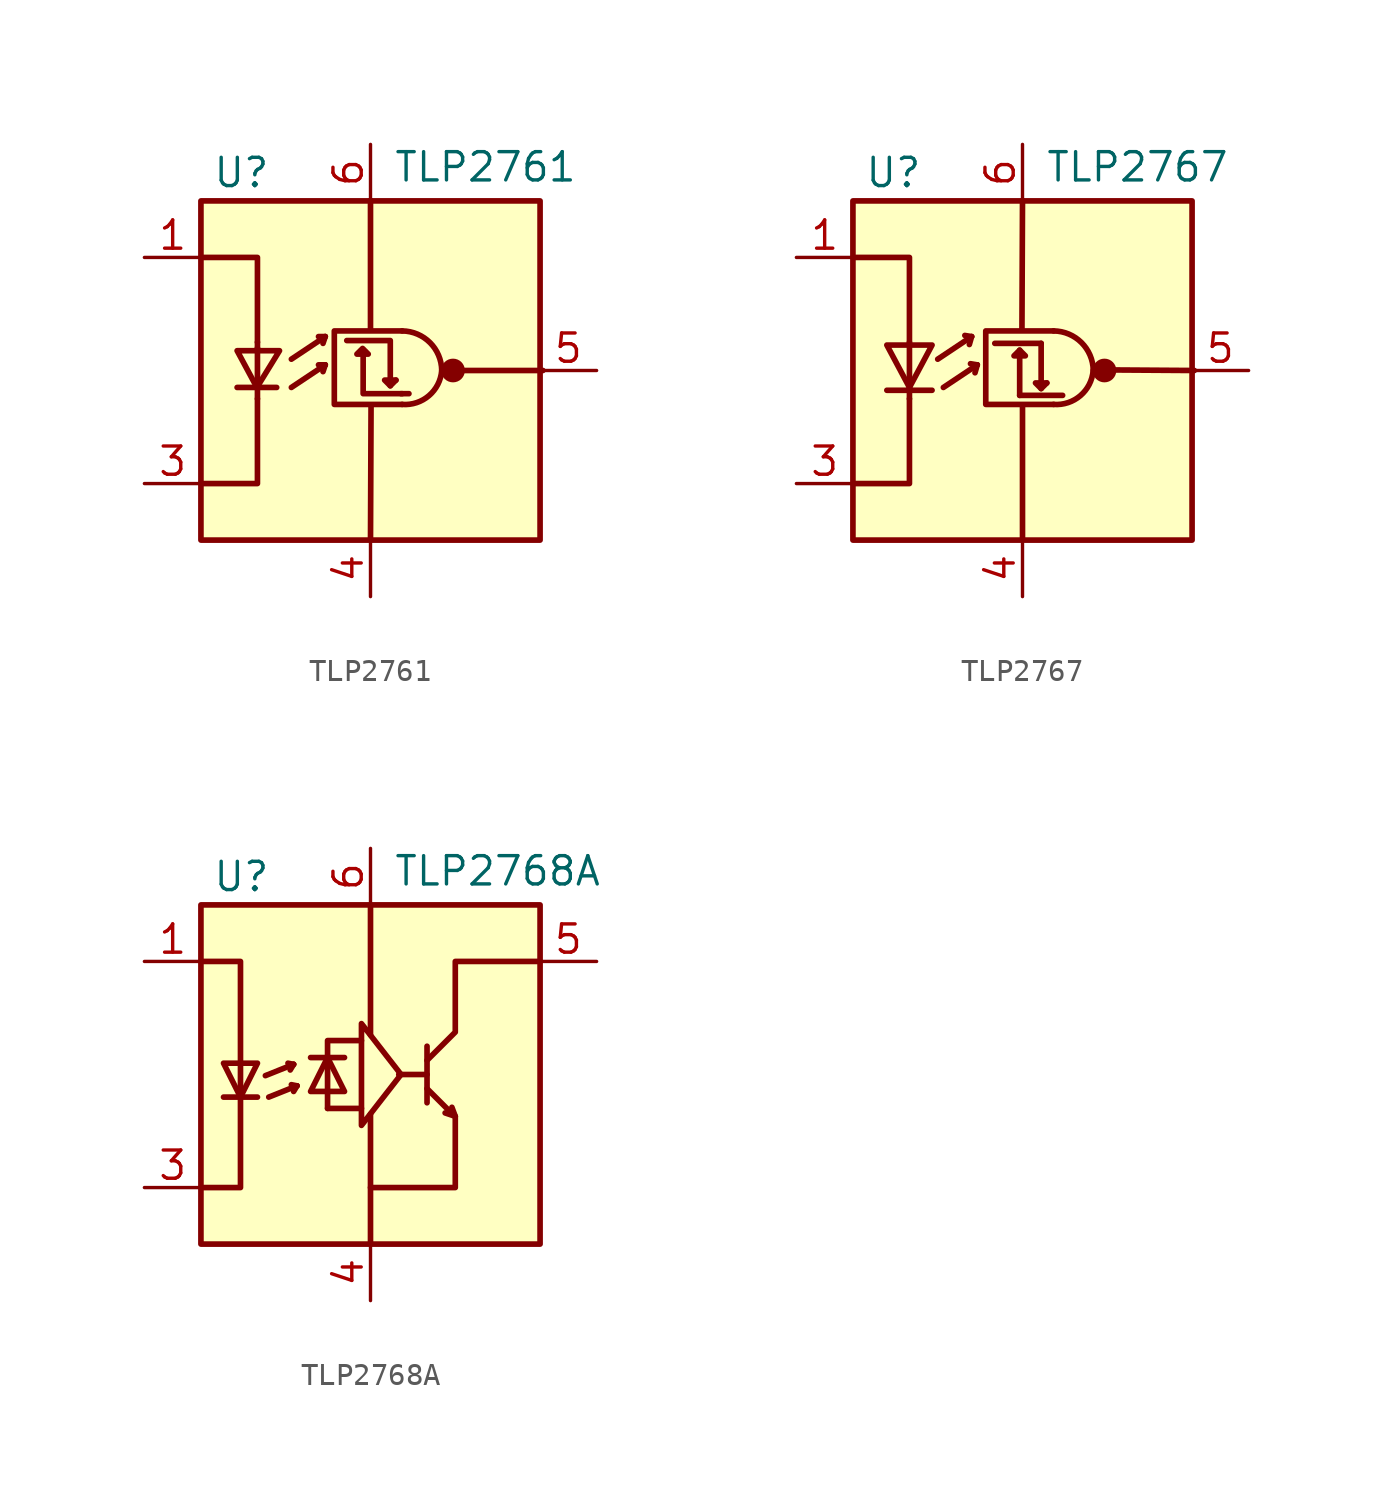
<source format=kicad_sym>
(kicad_symbol_lib
  (version 20211014)
  (generator kicad_symbol_editor)
  (symbol "TLP2761"
    (pin_names
      (offset 1.016) hide)
    (property "Reference" "U"
      (at -7.112 8.89 0)
      (effects (font (size 1.27 1.27)) (justify left)))
    (property "Value" "TLP2761"
      (at 1.016 9.144 0)
      (effects (font (size 1.27 1.27)) (justify left)))
    (symbol "TLP2761_0_1"
      (rectangle (start -7.62 7.62) (end 7.62 -7.62) (stroke (width 0.254) (type default) (color 0 0 0 0)) (fill (type background)))
      (polyline (pts (xy -5.994 -0.762) (xy -4.216 -0.762)) (stroke (width 0.254) (type default) (color 0 0 0 0)) (fill (type none)))
      (polyline (pts (xy -5.08 -1.27) (xy -5.08 -0.762)) (stroke (width 0.254) (type default) (color 0 0 0 0)) (fill (type none)))
      (polyline (pts (xy -5.08 1.016) (xy -5.08 -0.762)) (stroke (width 0.254) (type default) (color 0 0 0 0)) (fill (type none)))
      (polyline (pts (xy -5.08 1.27) (xy -5.08 1.016)) (stroke (width 0.254) (type default) (color 0 0 0 0)) (fill (type none)))
      (polyline (pts (xy -3.556 -0.762) (xy -2.032 0.254)) (stroke (width 0.254) (type default) (color 0 0 0 0)) (fill (type none)))
      (polyline (pts (xy -3.556 0.508) (xy -2.032 1.524)) (stroke (width 0.254) (type default) (color 0 0 0 0)) (fill (type none)))
      (polyline (pts (xy -2.032 0.254) (xy -2.337 0.254)) (stroke (width 0.254) (type default) (color 0 0 0 0)) (fill (type none)))
      (polyline (pts (xy -2.032 0.254) (xy -2.134 -0.051)) (stroke (width 0.254) (type default) (color 0 0 0 0)) (fill (type none)))
      (polyline (pts (xy -2.032 1.524) (xy -2.337 1.524)) (stroke (width 0.254) (type default) (color 0 0 0 0)) (fill (type none)))
      (polyline (pts (xy -2.032 1.524) (xy -2.134 1.219)) (stroke (width 0.254) (type default) (color 0 0 0 0)) (fill (type none)))
      (polyline (pts (xy 0 -7.62) (xy 0.025 -1.549)) (stroke (width 0.254) (type default) (color 0 0 0 0)) (fill (type none)))
      (polyline (pts (xy 0 7.645) (xy 0 1.854)) (stroke (width 0.254) (type default) (color 0 0 0 0)) (fill (type none)))
      (polyline (pts (xy 0.889 -0.686) (xy 1.143 -0.432)) (stroke (width 0.254) (type default) (color 0 0 0 0)) (fill (type none)))
      (polyline (pts (xy 1.372 -1.041) (xy 1.727 -1.041)) (stroke (width 0.254) (type default) (color 0 0 0 0)) (fill (type none)))
      (polyline (pts (xy 4.14 0) (xy 7.747 0)) (stroke (width 0.254) (type default) (color 0 0 0 0)) (fill (type none)))
      (polyline (pts (xy -7.62 -5.08) (xy -5.08 -5.08) (xy -5.08 -1.27)) (stroke (width 0.254) (type default) (color 0 0 0 0)) (fill (type none)))
      (polyline (pts (xy -5.08 1.27) (xy -5.08 5.08) (xy -7.62 5.08)) (stroke (width 0.254) (type default) (color 0 0 0 0)) (fill (type none)))
      (polyline (pts (xy -0.33 0.686) (xy -0.33 -1.041) (xy 1.422 -1.041)) (stroke (width 0.254) (type default) (color 0 0 0 0)) (fill (type none)))
      (polyline (pts (xy 0.889 -0.686) (xy 0.635 -0.432) (xy 1.143 -0.432)) (stroke (width 0.254) (type default) (color 0 0 0 0)) (fill (type none)))
      (polyline (pts (xy 0.889 -0.381) (xy 0.889 1.346) (xy -1.067 1.346)) (stroke (width 0.254) (type default) (color 0 0 0 0)) (fill (type none)))
      (polyline (pts (xy -5.994 0.889) (xy -4.089 0.889) (xy -5.105 -0.762) (xy -5.994 0.889)) (stroke (width 0.254) (type default) (color 0 0 0 0)) (fill (type none)))
      (polyline (pts (xy -0.356 0.991) (xy -0.61 0.737) (xy -0.102 0.737) (xy -0.356 0.991)) (stroke (width 0.254) (type default) (color 0 0 0 0)) (fill (type none)))
      (polyline (pts (xy 1.422 1.778) (xy -1.626 1.778) (xy -1.626 -1.524) (xy 1.422 -1.524)) (stroke (width 0.254) (type default) (color 0 0 0 0)) (fill (type none)))
      (arc (start 1.4224 -1.524) (mid 2.627 -1.1302) (end 3.2004 0) (stroke (width 0.254) (type default) (color 0 0 0 0)) (fill (type none)))
      (arc (start 3.2004 0) (mid 2.6782 1.2481) (end 1.4224 1.778) (stroke (width 0.254) (type default) (color 0 0 0 0)) (fill (type none)))
      (circle (center 3.708 0) (radius 0.457) (stroke (width 0) (type default) (color 0 0 0 0)) (fill (type outline))))
    (symbol "TLP2761_1_1"
      (pin passive line (at -10.16 5.08 0) (length 2.54) (name "A" (effects (font (size 1.27 1.27)))) (number "1" (effects (font (size 1.27 1.27)))))
      (pin no_connect line (at -10.16 0 0) (length 2.54) hide (name "NC" (effects (font (size 1.27 1.27)))) (number "2" (effects (font (size 1.27 1.27)))))
      (pin passive line (at -10.16 -5.08 0) (length 2.54) (name "K" (effects (font (size 1.27 1.27)))) (number "3" (effects (font (size 1.27 1.27)))))
      (pin power_in line (at 0 -10.16 90) (length 2.54) (name "GND" (effects (font (size 1.27 1.27)))) (number "4" (effects (font (size 1.27 1.27)))))
      (pin output line (at 10.16 0 180) (length 2.54) (name "VO" (effects (font (size 1.27 1.27)))) (number "5" (effects (font (size 1.27 1.27)))))
      (pin power_in line (at 0 10.16 270) (length 2.54) (name "VDD" (effects (font (size 1.27 1.27)))) (number "6" (effects (font (size 1.27 1.27)))))))
  (symbol "TLP2767"
    (pin_names
      (offset 1.016) hide)
    (property "Reference" "U"
      (at -7.112 8.89 0)
      (effects (font (size 1.27 1.27)) (justify left)))
    (property "Value" "TLP2767"
      (at 1.016 9.144 0)
      (effects (font (size 1.27 1.27)) (justify left)))
    (symbol "TLP2767_0_1"
      (rectangle (start -7.62 7.62) (end 7.62 -7.62) (stroke (width 0.254) (type default) (color 0 0 0 0)) (fill (type background)))
      (polyline (pts (xy -6.096 -0.889) (xy -4.064 -0.889)) (stroke (width 0.254) (type default) (color 0 0 0 0)) (fill (type none)))
      (polyline (pts (xy -5.08 -1.27) (xy -5.08 -0.762)) (stroke (width 0.254) (type default) (color 0 0 0 0)) (fill (type none)))
      (polyline (pts (xy -5.08 1.27) (xy -5.08 -0.762)) (stroke (width 0.254) (type default) (color 0 0 0 0)) (fill (type none)))
      (polyline (pts (xy -3.81 0.508) (xy -2.286 1.524)) (stroke (width 0.254) (type default) (color 0 0 0 0)) (fill (type none)))
      (polyline (pts (xy -3.556 -0.762) (xy -2.032 0.254)) (stroke (width 0.254) (type default) (color 0 0 0 0)) (fill (type none)))
      (polyline (pts (xy -2.286 1.524) (xy -2.591 1.575)) (stroke (width 0.254) (type default) (color 0 0 0 0)) (fill (type none)))
      (polyline (pts (xy -2.286 1.524) (xy -2.388 1.168)) (stroke (width 0.254) (type default) (color 0 0 0 0)) (fill (type none)))
      (polyline (pts (xy -2.032 0.254) (xy -2.337 0.305)) (stroke (width 0.254) (type default) (color 0 0 0 0)) (fill (type none)))
      (polyline (pts (xy -2.032 0.254) (xy -2.134 -0.102)) (stroke (width 0.254) (type default) (color 0 0 0 0)) (fill (type none)))
      (polyline (pts (xy -0.127 -1.118) (xy 1.803 -1.118)) (stroke (width 0.254) (type default) (color 0 0 0 0)) (fill (type none)))
      (polyline (pts (xy -0.127 0.914) (xy -0.127 -1.118)) (stroke (width 0.254) (type default) (color 0 0 0 0)) (fill (type none)))
      (polyline (pts (xy 0 -7.595) (xy 0 -1.575)) (stroke (width 0.254) (type default) (color 0 0 0 0)) (fill (type none)))
      (polyline (pts (xy 0 7.645) (xy -0.025 1.829)) (stroke (width 0.254) (type default) (color 0 0 0 0)) (fill (type none)))
      (polyline (pts (xy 0.838 1.219) (xy -1.245 1.219)) (stroke (width 0.254) (type default) (color 0 0 0 0)) (fill (type none)))
      (polyline (pts (xy 4.064 0.025) (xy 7.722 0)) (stroke (width 0.254) (type default) (color 0 0 0 0)) (fill (type none)))
      (polyline (pts (xy -7.62 -5.08) (xy -5.08 -5.08) (xy -5.08 -1.27)) (stroke (width 0.254) (type default) (color 0 0 0 0)) (fill (type none)))
      (polyline (pts (xy -5.08 1.27) (xy -5.08 5.08) (xy -7.62 5.08)) (stroke (width 0.254) (type default) (color 0 0 0 0)) (fill (type none)))
      (polyline (pts (xy 0.838 -0.813) (xy 0.584 -0.559) (xy 1.092 -0.559)) (stroke (width 0.254) (type default) (color 0 0 0 0)) (fill (type none)))
      (polyline (pts (xy 0.838 1.219) (xy 0.838 -0.813) (xy 1.092 -0.559)) (stroke (width 0.254) (type default) (color 0 0 0 0)) (fill (type none)))
      (polyline (pts (xy -6.096 1.143) (xy -4.064 1.143) (xy -5.08 -0.762) (xy -6.096 1.143)) (stroke (width 0.254) (type default) (color 0 0 0 0)) (fill (type none)))
      (polyline (pts (xy -0.127 0.914) (xy -0.381 0.66) (xy 0.127 0.66) (xy -0.127 0.914)) (stroke (width 0.254) (type default) (color 0 0 0 0)) (fill (type none)))
      (polyline (pts (xy 1.397 1.778) (xy -1.651 1.778) (xy -1.651 -1.524) (xy 1.397 -1.524)) (stroke (width 0.254) (type default) (color 0 0 0 0)) (fill (type none)))
      (arc (start 1.397 -1.524) (mid 2.6016 -1.1302) (end 3.175 0) (stroke (width 0.254) (type default) (color 0 0 0 0)) (fill (type none)))
      (arc (start 3.175 0) (mid 2.6528 1.2481) (end 1.397 1.778) (stroke (width 0.254) (type default) (color 0 0 0 0)) (fill (type none)))
      (circle (center 3.683 0) (radius 0.457) (stroke (width 0) (type default) (color 0 0 0 0)) (fill (type outline))))
    (symbol "TLP2767_1_1"
      (pin passive line (at -10.16 5.08 0) (length 2.54) (name "A" (effects (font (size 1.27 1.27)))) (number "1" (effects (font (size 1.27 1.27)))))
      (pin no_connect line (at -10.16 0 0) (length 2.54) hide (name "NC" (effects (font (size 1.27 1.27)))) (number "2" (effects (font (size 1.27 1.27)))))
      (pin passive line (at -10.16 -5.08 0) (length 2.54) (name "K" (effects (font (size 1.27 1.27)))) (number "3" (effects (font (size 1.27 1.27)))))
      (pin power_in line (at 0 -10.16 90) (length 2.54) (name "GND" (effects (font (size 1.27 1.27)))) (number "4" (effects (font (size 1.27 1.27)))))
      (pin output line (at 10.16 0 180) (length 2.54) (name "VO" (effects (font (size 1.27 1.27)))) (number "5" (effects (font (size 1.27 1.27)))))
      (pin power_in line (at 0 10.16 270) (length 2.54) (name "VDD" (effects (font (size 1.27 1.27)))) (number "6" (effects (font (size 1.27 1.27)))))))
  (symbol "TLP2768A"
    (pin_names
      (offset 1.016) hide)
    (property "Reference" "U"
      (at -7.112 8.89 0)
      (effects (font (size 1.27 1.27)) (justify left)))
    (property "Value" "TLP2768A"
      (at 1.016 9.144 0)
      (effects (font (size 1.27 1.27)) (justify left)))
    (symbol "TLP2768A_0_1"
      (rectangle (start -7.62 7.62) (end 7.62 -7.62) (stroke (width 0.254) (type default) (color 0 0 0 0)) (fill (type background)))
      (polyline (pts (xy -6.604 -1.016) (xy -5.08 -1.016)) (stroke (width 0.254) (type default) (color 0 0 0 0)) (fill (type none)))
      (polyline (pts (xy -5.842 0.508) (xy -5.842 -1.016)) (stroke (width 0.254) (type default) (color 0 0 0 0)) (fill (type none)))
      (polyline (pts (xy -4.724 -0.051) (xy -3.454 0.457)) (stroke (width 0.254) (type default) (color 0 0 0 0)) (fill (type none)))
      (polyline (pts (xy -4.572 -1.016) (xy -3.302 -0.508)) (stroke (width 0.254) (type default) (color 0 0 0 0)) (fill (type none)))
      (polyline (pts (xy -3.454 0.457) (xy -3.708 0.508)) (stroke (width 0.254) (type default) (color 0 0 0 0)) (fill (type none)))
      (polyline (pts (xy -3.454 0.457) (xy -3.607 0.203)) (stroke (width 0.254) (type default) (color 0 0 0 0)) (fill (type none)))
      (polyline (pts (xy -3.302 -0.508) (xy -3.556 -0.457)) (stroke (width 0.254) (type default) (color 0 0 0 0)) (fill (type none)))
      (polyline (pts (xy -3.302 -0.508) (xy -3.454 -0.762)) (stroke (width 0.254) (type default) (color 0 0 0 0)) (fill (type none)))
      (polyline (pts (xy -2.692 0.762) (xy -1.168 0.762)) (stroke (width 0.254) (type default) (color 0 0 0 0)) (fill (type none)))
      (polyline (pts (xy -1.93 -1.524) (xy -1.93 -0.762)) (stroke (width 0.254) (type default) (color 0 0 0 0)) (fill (type none)))
      (polyline (pts (xy -1.93 -1.524) (xy -0.406 -1.524)) (stroke (width 0.254) (type default) (color 0 0 0 0)) (fill (type none)))
      (polyline (pts (xy -1.93 0.762) (xy -1.93 -0.813)) (stroke (width 0.254) (type default) (color 0 0 0 0)) (fill (type none)))
      (polyline (pts (xy 0 -7.62) (xy 0 -1.778)) (stroke (width 0.254) (type default) (color 0 0 0 0)) (fill (type none)))
      (polyline (pts (xy 0 7.62) (xy 0 1.778)) (stroke (width 0.254) (type default) (color 0 0 0 0)) (fill (type none)))
      (polyline (pts (xy 1.27 0) (xy 2.54 0)) (stroke (width 0.254) (type default) (color 0 0 0 0)) (fill (type none)))
      (polyline (pts (xy 2.54 -1.27) (xy 2.54 1.27)) (stroke (width 0.254) (type default) (color 0 0 0 0)) (fill (type none)))
      (polyline (pts (xy 3.81 -1.88) (xy 3.353 -1.727)) (stroke (width 0.254) (type default) (color 0 0 0 0)) (fill (type none)))
      (polyline (pts (xy 3.81 -1.88) (xy 3.658 -1.473)) (stroke (width 0.254) (type default) (color 0 0 0 0)) (fill (type none)))
      (polyline (pts (xy -7.62 5.08) (xy -5.842 5.08) (xy -5.842 0.508)) (stroke (width 0.254) (type default) (color 0 0 0 0)) (fill (type none)))
      (polyline (pts (xy -5.842 -1.016) (xy -5.842 -5.08) (xy -7.62 -5.08)) (stroke (width 0.254) (type default) (color 0 0 0 0)) (fill (type none)))
      (polyline (pts (xy -1.93 0.762) (xy -1.93 1.524) (xy -0.406 1.524)) (stroke (width 0.254) (type default) (color 0 0 0 0)) (fill (type none)))
      (polyline (pts (xy -6.604 0.508) (xy -5.08 0.508) (xy -5.842 -1.016) (xy -6.604 0.508)) (stroke (width 0.254) (type default) (color 0 0 0 0)) (fill (type none)))
      (polyline (pts (xy -2.692 -0.762) (xy -1.168 -0.762) (xy -1.93 0.762) (xy -2.692 -0.762)) (stroke (width 0.254) (type default) (color 0 0 0 0)) (fill (type none)))
      (polyline (pts (xy 1.372 0) (xy -0.406 -2.286) (xy -0.406 2.286) (xy 1.372 0)) (stroke (width 0.254) (type default) (color 0 0 0 0)) (fill (type none)))
      (polyline (pts (xy 2.54 -0.635) (xy 3.81 -1.905) (xy 3.81 -5.08) (xy 0 -5.08)) (stroke (width 0.254) (type default) (color 0 0 0 0)) (fill (type none)))
      (polyline (pts (xy 2.54 0.635) (xy 3.81 1.905) (xy 3.81 5.08) (xy 7.62 5.08)) (stroke (width 0.254) (type default) (color 0 0 0 0)) (fill (type none))))
    (symbol "TLP2768A_1_1"
      (pin passive line (at -10.16 5.08 0) (length 2.54) (name "A" (effects (font (size 1.27 1.27)))) (number "1" (effects (font (size 1.27 1.27)))))
      (pin no_connect line (at -10.16 0 0) (length 2.54) hide (name "NC" (effects (font (size 1.27 1.27)))) (number "2" (effects (font (size 1.27 1.27)))))
      (pin passive line (at -10.16 -5.08 0) (length 2.54) (name "K" (effects (font (size 1.27 1.27)))) (number "3" (effects (font (size 1.27 1.27)))))
      (pin power_in line (at 0 -10.16 90) (length 2.54) (name "GND" (effects (font (size 1.27 1.27)))) (number "4" (effects (font (size 1.27 1.27)))))
      (pin open_collector line (at 10.16 5.08 180) (length 2.54) (name "VO" (effects (font (size 1.27 1.27)))) (number "5" (effects (font (size 1.27 1.27)))))
      (pin power_in line (at 0 10.16 270) (length 2.54) (name "VDD" (effects (font (size 1.27 1.27)))) (number "6" (effects (font (size 1.27 1.27))))))))
</source>
